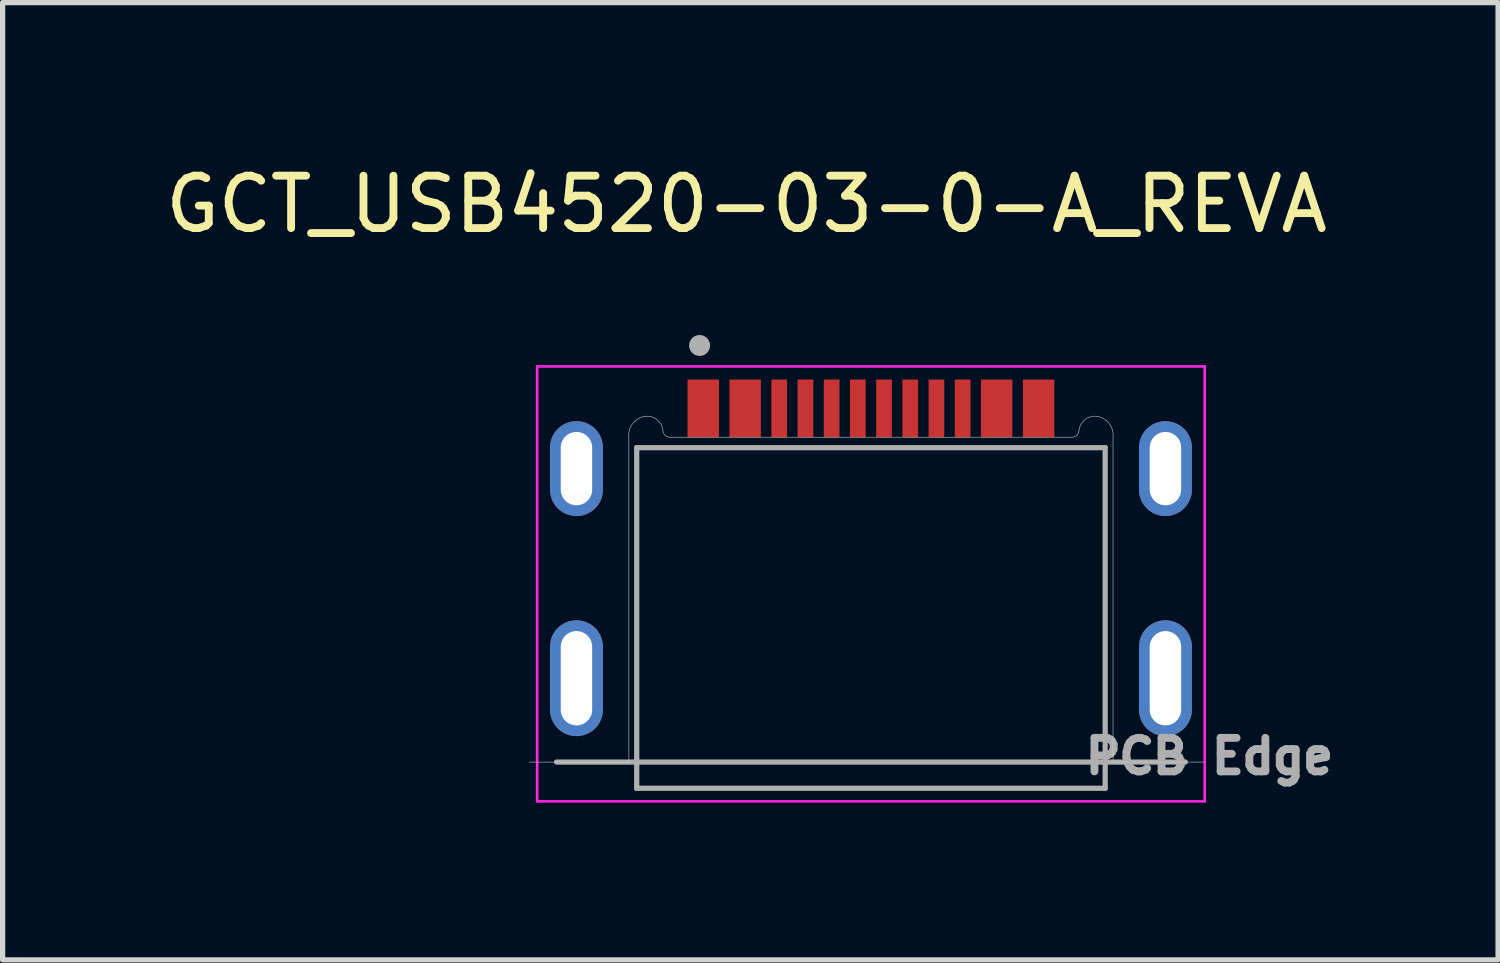
<source format=kicad_pcb>
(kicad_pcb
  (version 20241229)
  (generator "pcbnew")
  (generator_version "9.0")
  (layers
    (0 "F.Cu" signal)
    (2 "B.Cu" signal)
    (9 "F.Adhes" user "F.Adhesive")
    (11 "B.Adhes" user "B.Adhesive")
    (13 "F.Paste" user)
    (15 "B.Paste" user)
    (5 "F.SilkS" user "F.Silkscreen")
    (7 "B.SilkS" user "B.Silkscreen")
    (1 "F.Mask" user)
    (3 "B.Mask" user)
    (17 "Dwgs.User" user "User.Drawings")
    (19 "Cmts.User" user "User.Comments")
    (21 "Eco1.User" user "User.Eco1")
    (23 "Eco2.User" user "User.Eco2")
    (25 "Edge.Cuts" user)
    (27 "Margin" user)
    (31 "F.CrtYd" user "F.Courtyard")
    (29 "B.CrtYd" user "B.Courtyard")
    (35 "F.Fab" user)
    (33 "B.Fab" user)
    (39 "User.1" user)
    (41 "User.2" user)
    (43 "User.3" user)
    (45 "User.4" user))
  (footprint "GCT_USB4520-03-0-A_REVA"
    (layer "F.Cu")
    (at 13.571 9.893)
    (property "Reference" "GCT_USB4520-03-0-A_REVA" (at -2.375 -9.045 0) (layer "F.SilkS") (effects (font (size 1 1) (thickness 0.15))))
    (attr smd)
    (fp_poly (pts (xy -6.22 -3.6) (xy -6.22 -4.4) (xy -6.219 -4.431) (xy -6.217 -4.463) (xy -6.213 -4.494) (xy -6.207 -4.525) (xy -6.2 -4.555) (xy -6.191 -4.585) (xy -6.18 -4.615) (xy -6.168 -4.644) (xy -6.155 -4.672) (xy -6.14 -4.7) (xy -6.123 -4.727) (xy -6.105 -4.753) (xy -6.086 -4.778) (xy -6.066 -4.801) (xy -6.044 -4.824) (xy -6.021 -4.846) (xy -5.998 -4.866) (xy -5.973 -4.885) (xy -5.947 -4.903) (xy -5.92 -4.92) (xy -5.892 -4.935) (xy -5.864 -4.948) (xy -5.835 -4.96) (xy -5.805 -4.971) (xy -5.775 -4.98) (xy -5.745 -4.987) (xy -5.714 -4.993) (xy -5.683 -4.997) (xy -5.651 -4.999) (xy -5.62 -5) (xy -5.589 -4.999) (xy -5.557 -4.997) (xy -5.526 -4.993) (xy -5.495 -4.987) (xy -5.465 -4.98) (xy -5.435 -4.971) (xy -5.405 -4.96) (xy -5.376 -4.948) (xy -5.348 -4.935) (xy -5.32 -4.92) (xy -5.293 -4.903) (xy -5.267 -4.885) (xy -5.242 -4.866) (xy -5.219 -4.846) (xy -5.196 -4.824) (xy -5.174 -4.801) (xy -5.154 -4.778) (xy -5.135 -4.753) (xy -5.117 -4.727) (xy -5.1 -4.7) (xy -5.085 -4.672) (xy -5.072 -4.644) (xy -5.06 -4.615) (xy -5.049 -4.585) (xy -5.04 -4.555) (xy -5.033 -4.525) (xy -5.027 -4.494) (xy -5.023 -4.463) (xy -5.021 -4.431) (xy -5.02 -4.4) (xy -5.02 -3.6) (xy -5.021 -3.569) (xy -5.023 -3.537) (xy -5.027 -3.506) (xy -5.033 -3.475) (xy -5.04 -3.445) (xy -5.049 -3.415) (xy -5.06 -3.385) (xy -5.072 -3.356) (xy -5.085 -3.328) (xy -5.1 -3.3) (xy -5.117 -3.273) (xy -5.135 -3.247) (xy -5.154 -3.222) (xy -5.174 -3.199) (xy -5.196 -3.176) (xy -5.219 -3.154) (xy -5.242 -3.134) (xy -5.267 -3.115) (xy -5.293 -3.097) (xy -5.32 -3.08) (xy -5.348 -3.065) (xy -5.376 -3.052) (xy -5.405 -3.04) (xy -5.435 -3.029) (xy -5.465 -3.02) (xy -5.495 -3.013) (xy -5.526 -3.007) (xy -5.557 -3.003) (xy -5.589 -3.001) (xy -5.62 -3) (xy -5.651 -3.001) (xy -5.683 -3.003) (xy -5.714 -3.007) (xy -5.745 -3.013) (xy -5.775 -3.02) (xy -5.805 -3.029) (xy -5.835 -3.04) (xy -5.864 -3.052) (xy -5.892 -3.065) (xy -5.92 -3.08) (xy -5.947 -3.097) (xy -5.973 -3.115) (xy -5.998 -3.134) (xy -6.021 -3.154) (xy -6.044 -3.176) (xy -6.066 -3.199) (xy -6.086 -3.222) (xy -6.105 -3.247) (xy -6.123 -3.273) (xy -6.14 -3.3) (xy -6.155 -3.328) (xy -6.168 -3.356) (xy -6.18 -3.385) (xy -6.191 -3.415) (xy -6.2 -3.445) (xy -6.207 -3.475) (xy -6.213 -3.506) (xy -6.217 -3.537) (xy -6.219 -3.569) (xy -6.22 -3.6)) (stroke (width 0.01) (type solid)) (fill yes) (layer "F.Mask"))
    (fp_poly (pts (xy -6.22 0.6) (xy -6.22 -0.6) (xy -6.219 -0.631) (xy -6.217 -0.663) (xy -6.213 -0.694) (xy -6.207 -0.725) (xy -6.2 -0.755) (xy -6.191 -0.785) (xy -6.18 -0.815) (xy -6.168 -0.844) (xy -6.155 -0.872) (xy -6.14 -0.9) (xy -6.123 -0.927) (xy -6.105 -0.953) (xy -6.086 -0.978) (xy -6.066 -1.001) (xy -6.044 -1.024) (xy -6.021 -1.046) (xy -5.998 -1.066) (xy -5.973 -1.085) (xy -5.947 -1.103) (xy -5.92 -1.12) (xy -5.892 -1.135) (xy -5.864 -1.148) (xy -5.835 -1.16) (xy -5.805 -1.171) (xy -5.775 -1.18) (xy -5.745 -1.187) (xy -5.714 -1.193) (xy -5.683 -1.197) (xy -5.651 -1.199) (xy -5.62 -1.2) (xy -5.589 -1.199) (xy -5.557 -1.197) (xy -5.526 -1.193) (xy -5.495 -1.187) (xy -5.465 -1.18) (xy -5.435 -1.171) (xy -5.405 -1.16) (xy -5.376 -1.148) (xy -5.348 -1.135) (xy -5.32 -1.12) (xy -5.293 -1.103) (xy -5.267 -1.085) (xy -5.242 -1.066) (xy -5.219 -1.046) (xy -5.196 -1.024) (xy -5.174 -1.001) (xy -5.154 -0.978) (xy -5.135 -0.953) (xy -5.117 -0.927) (xy -5.1 -0.9) (xy -5.085 -0.872) (xy -5.072 -0.844) (xy -5.06 -0.815) (xy -5.049 -0.785) (xy -5.04 -0.755) (xy -5.033 -0.725) (xy -5.027 -0.694) (xy -5.023 -0.663) (xy -5.021 -0.631) (xy -5.02 -0.6) (xy -5.02 0.6) (xy -5.021 0.631) (xy -5.023 0.663) (xy -5.027 0.694) (xy -5.033 0.725) (xy -5.04 0.755) (xy -5.049 0.785) (xy -5.06 0.815) (xy -5.072 0.844) (xy -5.085 0.872) (xy -5.1 0.9) (xy -5.117 0.927) (xy -5.135 0.953) (xy -5.154 0.978) (xy -5.174 1.001) (xy -5.196 1.024) (xy -5.219 1.046) (xy -5.242 1.066) (xy -5.267 1.085) (xy -5.293 1.103) (xy -5.32 1.12) (xy -5.348 1.135) (xy -5.376 1.148) (xy -5.405 1.16) (xy -5.435 1.171) (xy -5.465 1.18) (xy -5.495 1.187) (xy -5.526 1.193) (xy -5.557 1.197) (xy -5.589 1.199) (xy -5.62 1.2) (xy -5.651 1.199) (xy -5.683 1.197) (xy -5.714 1.193) (xy -5.745 1.187) (xy -5.775 1.18) (xy -5.805 1.171) (xy -5.835 1.16) (xy -5.864 1.148) (xy -5.892 1.135) (xy -5.92 1.12) (xy -5.947 1.103) (xy -5.973 1.085) (xy -5.998 1.066) (xy -6.021 1.046) (xy -6.044 1.024) (xy -6.066 1.001) (xy -6.086 0.978) (xy -6.105 0.953) (xy -6.123 0.927) (xy -6.14 0.9) (xy -6.155 0.872) (xy -6.168 0.844) (xy -6.18 0.815) (xy -6.191 0.785) (xy -6.2 0.755) (xy -6.207 0.725) (xy -6.213 0.694) (xy -6.217 0.663) (xy -6.219 0.631) (xy -6.22 0.6)) (stroke (width 0.01) (type solid)) (fill yes) (layer "F.Mask"))
    (fp_poly (pts (xy 5.02 -3.6) (xy 5.02 -4.4) (xy 5.021 -4.431) (xy 5.023 -4.463) (xy 5.027 -4.494) (xy 5.033 -4.525) (xy 5.04 -4.555) (xy 5.049 -4.585) (xy 5.06 -4.615) (xy 5.072 -4.644) (xy 5.085 -4.672) (xy 5.1 -4.7) (xy 5.117 -4.727) (xy 5.135 -4.753) (xy 5.154 -4.778) (xy 5.174 -4.801) (xy 5.196 -4.824) (xy 5.219 -4.846) (xy 5.242 -4.866) (xy 5.267 -4.885) (xy 5.293 -4.903) (xy 5.32 -4.92) (xy 5.348 -4.935) (xy 5.376 -4.948) (xy 5.405 -4.96) (xy 5.435 -4.971) (xy 5.465 -4.98) (xy 5.495 -4.987) (xy 5.526 -4.993) (xy 5.557 -4.997) (xy 5.589 -4.999) (xy 5.62 -5) (xy 5.651 -4.999) (xy 5.683 -4.997) (xy 5.714 -4.993) (xy 5.745 -4.987) (xy 5.775 -4.98) (xy 5.805 -4.971) (xy 5.835 -4.96) (xy 5.864 -4.948) (xy 5.892 -4.935) (xy 5.92 -4.92) (xy 5.947 -4.903) (xy 5.973 -4.885) (xy 5.998 -4.866) (xy 6.021 -4.846) (xy 6.044 -4.824) (xy 6.066 -4.801) (xy 6.086 -4.778) (xy 6.105 -4.753) (xy 6.123 -4.727) (xy 6.14 -4.7) (xy 6.155 -4.672) (xy 6.168 -4.644) (xy 6.18 -4.615) (xy 6.191 -4.585) (xy 6.2 -4.555) (xy 6.207 -4.525) (xy 6.213 -4.494) (xy 6.217 -4.463) (xy 6.219 -4.431) (xy 6.22 -4.4) (xy 6.22 -3.6) (xy 6.219 -3.569) (xy 6.217 -3.537) (xy 6.213 -3.506) (xy 6.207 -3.475) (xy 6.2 -3.445) (xy 6.191 -3.415) (xy 6.18 -3.385) (xy 6.168 -3.356) (xy 6.155 -3.328) (xy 6.14 -3.3) (xy 6.123 -3.273) (xy 6.105 -3.247) (xy 6.086 -3.222) (xy 6.066 -3.199) (xy 6.044 -3.176) (xy 6.021 -3.154) (xy 5.998 -3.134) (xy 5.973 -3.115) (xy 5.947 -3.097) (xy 5.92 -3.08) (xy 5.892 -3.065) (xy 5.864 -3.052) (xy 5.835 -3.04) (xy 5.805 -3.029) (xy 5.775 -3.02) (xy 5.745 -3.013) (xy 5.714 -3.007) (xy 5.683 -3.003) (xy 5.651 -3.001) (xy 5.62 -3) (xy 5.589 -3.001) (xy 5.557 -3.003) (xy 5.526 -3.007) (xy 5.495 -3.013) (xy 5.465 -3.02) (xy 5.435 -3.029) (xy 5.405 -3.04) (xy 5.376 -3.052) (xy 5.348 -3.065) (xy 5.32 -3.08) (xy 5.293 -3.097) (xy 5.267 -3.115) (xy 5.242 -3.134) (xy 5.219 -3.154) (xy 5.196 -3.176) (xy 5.174 -3.199) (xy 5.154 -3.222) (xy 5.135 -3.247) (xy 5.117 -3.273) (xy 5.1 -3.3) (xy 5.085 -3.328) (xy 5.072 -3.356) (xy 5.06 -3.385) (xy 5.049 -3.415) (xy 5.04 -3.445) (xy 5.033 -3.475) (xy 5.027 -3.506) (xy 5.023 -3.537) (xy 5.021 -3.569) (xy 5.02 -3.6)) (stroke (width 0.01) (type solid)) (fill yes) (layer "F.Mask"))
    (fp_poly (pts (xy 5.02 0) (xy 5.02 -0.6) (xy 5.021 -0.631) (xy 5.023 -0.663) (xy 5.027 -0.694) (xy 5.033 -0.725) (xy 5.04 -0.755) (xy 5.049 -0.785) (xy 5.06 -0.815) (xy 5.072 -0.844) (xy 5.085 -0.872) (xy 5.1 -0.9) (xy 5.117 -0.927) (xy 5.135 -0.953) (xy 5.154 -0.978) (xy 5.174 -1.001) (xy 5.196 -1.024) (xy 5.219 -1.046) (xy 5.242 -1.066) (xy 5.267 -1.085) (xy 5.293 -1.103) (xy 5.32 -1.12) (xy 5.348 -1.135) (xy 5.376 -1.148) (xy 5.405 -1.16) (xy 5.435 -1.171) (xy 5.465 -1.18) (xy 5.495 -1.187) (xy 5.526 -1.193) (xy 5.557 -1.197) (xy 5.589 -1.199) (xy 5.62 -1.2) (xy 5.651 -1.199) (xy 5.683 -1.197) (xy 5.714 -1.193) (xy 5.745 -1.187) (xy 5.775 -1.18) (xy 5.805 -1.171) (xy 5.835 -1.16) (xy 5.864 -1.148) (xy 5.892 -1.135) (xy 5.92 -1.12) (xy 5.947 -1.103) (xy 5.973 -1.085) (xy 5.998 -1.066) (xy 6.021 -1.046) (xy 6.044 -1.024) (xy 6.066 -1.001) (xy 6.086 -0.978) (xy 6.105 -0.953) (xy 6.123 -0.927) (xy 6.14 -0.9) (xy 6.155 -0.872) (xy 6.168 -0.844) (xy 6.18 -0.815) (xy 6.191 -0.785) (xy 6.2 -0.755) (xy 6.207 -0.725) (xy 6.213 -0.694) (xy 6.217 -0.663) (xy 6.219 -0.631) (xy 6.22 -0.6) (xy 6.22 0) (xy 6.22 0.6) (xy 6.219 0.631) (xy 6.217 0.663) (xy 6.213 0.694) (xy 6.207 0.725) (xy 6.2 0.755) (xy 6.191 0.785) (xy 6.18 0.815) (xy 6.168 0.844) (xy 6.155 0.872) (xy 6.14 0.9) (xy 6.123 0.927) (xy 6.105 0.953) (xy 6.086 0.978) (xy 6.066 1.001) (xy 6.044 1.024) (xy 6.021 1.046) (xy 5.998 1.066) (xy 5.973 1.085) (xy 5.947 1.103) (xy 5.92 1.12) (xy 5.892 1.135) (xy 5.864 1.148) (xy 5.835 1.16) (xy 5.805 1.171) (xy 5.775 1.18) (xy 5.745 1.187) (xy 5.714 1.193) (xy 5.683 1.197) (xy 5.651 1.199) (xy 5.62 1.2) (xy 5.589 1.199) (xy 5.557 1.197) (xy 5.526 1.193) (xy 5.495 1.187) (xy 5.465 1.18) (xy 5.435 1.171) (xy 5.405 1.16) (xy 5.376 1.148) (xy 5.348 1.135) (xy 5.32 1.12) (xy 5.293 1.103) (xy 5.267 1.085) (xy 5.242 1.066) (xy 5.219 1.046) (xy 5.196 1.024) (xy 5.174 1.001) (xy 5.154 0.978) (xy 5.135 0.953) (xy 5.117 0.927) (xy 5.1 0.9) (xy 5.085 0.872) (xy 5.072 0.844) (xy 5.06 0.815) (xy 5.049 0.785) (xy 5.04 0.755) (xy 5.033 0.725) (xy 5.027 0.694) (xy 5.023 0.663) (xy 5.021 0.631) (xy 5.02 0.6) (xy 5.02 0)) (stroke (width 0.01) (type solid)) (fill yes) (layer "F.Mask"))
    (fp_poly (pts (xy -6.22 -3.6) (xy -6.22 -4.4) (xy -6.219 -4.431) (xy -6.217 -4.463) (xy -6.213 -4.494) (xy -6.207 -4.525) (xy -6.2 -4.555) (xy -6.191 -4.585) (xy -6.18 -4.615) (xy -6.168 -4.644) (xy -6.155 -4.672) (xy -6.14 -4.7) (xy -6.123 -4.727) (xy -6.105 -4.753) (xy -6.086 -4.778) (xy -6.066 -4.801) (xy -6.044 -4.824) (xy -6.021 -4.846) (xy -5.998 -4.866) (xy -5.973 -4.885) (xy -5.947 -4.903) (xy -5.92 -4.92) (xy -5.892 -4.935) (xy -5.864 -4.948) (xy -5.835 -4.96) (xy -5.805 -4.971) (xy -5.775 -4.98) (xy -5.745 -4.987) (xy -5.714 -4.993) (xy -5.683 -4.997) (xy -5.651 -4.999) (xy -5.62 -5) (xy -5.589 -4.999) (xy -5.557 -4.997) (xy -5.526 -4.993) (xy -5.495 -4.987) (xy -5.465 -4.98) (xy -5.435 -4.971) (xy -5.405 -4.96) (xy -5.376 -4.948) (xy -5.348 -4.935) (xy -5.32 -4.92) (xy -5.293 -4.903) (xy -5.267 -4.885) (xy -5.242 -4.866) (xy -5.219 -4.846) (xy -5.196 -4.824) (xy -5.174 -4.801) (xy -5.154 -4.778) (xy -5.135 -4.753) (xy -5.117 -4.727) (xy -5.1 -4.7) (xy -5.085 -4.672) (xy -5.072 -4.644) (xy -5.06 -4.615) (xy -5.049 -4.585) (xy -5.04 -4.555) (xy -5.033 -4.525) (xy -5.027 -4.494) (xy -5.023 -4.463) (xy -5.021 -4.431) (xy -5.02 -4.4) (xy -5.02 -3.6) (xy -5.021 -3.569) (xy -5.023 -3.537) (xy -5.027 -3.506) (xy -5.033 -3.475) (xy -5.04 -3.445) (xy -5.049 -3.415) (xy -5.06 -3.385) (xy -5.072 -3.356) (xy -5.085 -3.328) (xy -5.1 -3.3) (xy -5.117 -3.273) (xy -5.135 -3.247) (xy -5.154 -3.222) (xy -5.174 -3.199) (xy -5.196 -3.176) (xy -5.219 -3.154) (xy -5.242 -3.134) (xy -5.267 -3.115) (xy -5.293 -3.097) (xy -5.32 -3.08) (xy -5.348 -3.065) (xy -5.376 -3.052) (xy -5.405 -3.04) (xy -5.435 -3.029) (xy -5.465 -3.02) (xy -5.495 -3.013) (xy -5.526 -3.007) (xy -5.557 -3.003) (xy -5.589 -3.001) (xy -5.62 -3) (xy -5.651 -3.001) (xy -5.683 -3.003) (xy -5.714 -3.007) (xy -5.745 -3.013) (xy -5.775 -3.02) (xy -5.805 -3.029) (xy -5.835 -3.04) (xy -5.864 -3.052) (xy -5.892 -3.065) (xy -5.92 -3.08) (xy -5.947 -3.097) (xy -5.973 -3.115) (xy -5.998 -3.134) (xy -6.021 -3.154) (xy -6.044 -3.176) (xy -6.066 -3.199) (xy -6.086 -3.222) (xy -6.105 -3.247) (xy -6.123 -3.273) (xy -6.14 -3.3) (xy -6.155 -3.328) (xy -6.168 -3.356) (xy -6.18 -3.385) (xy -6.191 -3.415) (xy -6.2 -3.445) (xy -6.207 -3.475) (xy -6.213 -3.506) (xy -6.217 -3.537) (xy -6.219 -3.569) (xy -6.22 -3.6)) (stroke (width 0.01) (type solid)) (fill yes) (layer "B.Mask"))
    (fp_poly (pts (xy -6.22 0.6) (xy -6.22 -0.6) (xy -6.219 -0.631) (xy -6.217 -0.663) (xy -6.213 -0.694) (xy -6.207 -0.725) (xy -6.2 -0.755) (xy -6.191 -0.785) (xy -6.18 -0.815) (xy -6.168 -0.844) (xy -6.155 -0.872) (xy -6.14 -0.9) (xy -6.123 -0.927) (xy -6.105 -0.953) (xy -6.086 -0.978) (xy -6.066 -1.001) (xy -6.044 -1.024) (xy -6.021 -1.046) (xy -5.998 -1.066) (xy -5.973 -1.085) (xy -5.947 -1.103) (xy -5.92 -1.12) (xy -5.892 -1.135) (xy -5.864 -1.148) (xy -5.835 -1.16) (xy -5.805 -1.171) (xy -5.775 -1.18) (xy -5.745 -1.187) (xy -5.714 -1.193) (xy -5.683 -1.197) (xy -5.651 -1.199) (xy -5.62 -1.2) (xy -5.589 -1.199) (xy -5.557 -1.197) (xy -5.526 -1.193) (xy -5.495 -1.187) (xy -5.465 -1.18) (xy -5.435 -1.171) (xy -5.405 -1.16) (xy -5.376 -1.148) (xy -5.348 -1.135) (xy -5.32 -1.12) (xy -5.293 -1.103) (xy -5.267 -1.085) (xy -5.242 -1.066) (xy -5.219 -1.046) (xy -5.196 -1.024) (xy -5.174 -1.001) (xy -5.154 -0.978) (xy -5.135 -0.953) (xy -5.117 -0.927) (xy -5.1 -0.9) (xy -5.085 -0.872) (xy -5.072 -0.844) (xy -5.06 -0.815) (xy -5.049 -0.785) (xy -5.04 -0.755) (xy -5.033 -0.725) (xy -5.027 -0.694) (xy -5.023 -0.663) (xy -5.021 -0.631) (xy -5.02 -0.6) (xy -5.02 0.6) (xy -5.021 0.631) (xy -5.023 0.663) (xy -5.027 0.694) (xy -5.033 0.725) (xy -5.04 0.755) (xy -5.049 0.785) (xy -5.06 0.815) (xy -5.072 0.844) (xy -5.085 0.872) (xy -5.1 0.9) (xy -5.117 0.927) (xy -5.135 0.953) (xy -5.154 0.978) (xy -5.174 1.001) (xy -5.196 1.024) (xy -5.219 1.046) (xy -5.242 1.066) (xy -5.267 1.085) (xy -5.293 1.103) (xy -5.32 1.12) (xy -5.348 1.135) (xy -5.376 1.148) (xy -5.405 1.16) (xy -5.435 1.171) (xy -5.465 1.18) (xy -5.495 1.187) (xy -5.526 1.193) (xy -5.557 1.197) (xy -5.589 1.199) (xy -5.62 1.2) (xy -5.651 1.199) (xy -5.683 1.197) (xy -5.714 1.193) (xy -5.745 1.187) (xy -5.775 1.18) (xy -5.805 1.171) (xy -5.835 1.16) (xy -5.864 1.148) (xy -5.892 1.135) (xy -5.92 1.12) (xy -5.947 1.103) (xy -5.973 1.085) (xy -5.998 1.066) (xy -6.021 1.046) (xy -6.044 1.024) (xy -6.066 1.001) (xy -6.086 0.978) (xy -6.105 0.953) (xy -6.123 0.927) (xy -6.14 0.9) (xy -6.155 0.872) (xy -6.168 0.844) (xy -6.18 0.815) (xy -6.191 0.785) (xy -6.2 0.755) (xy -6.207 0.725) (xy -6.213 0.694) (xy -6.217 0.663) (xy -6.219 0.631) (xy -6.22 0.6)) (stroke (width 0.01) (type solid)) (fill yes) (layer "B.Mask"))
    (fp_poly (pts (xy 5.02 -3.6) (xy 5.02 -4.4) (xy 5.021 -4.431) (xy 5.023 -4.463) (xy 5.027 -4.494) (xy 5.033 -4.525) (xy 5.04 -4.555) (xy 5.049 -4.585) (xy 5.06 -4.615) (xy 5.072 -4.644) (xy 5.085 -4.672) (xy 5.1 -4.7) (xy 5.117 -4.727) (xy 5.135 -4.753) (xy 5.154 -4.778) (xy 5.174 -4.801) (xy 5.196 -4.824) (xy 5.219 -4.846) (xy 5.242 -4.866) (xy 5.267 -4.885) (xy 5.293 -4.903) (xy 5.32 -4.92) (xy 5.348 -4.935) (xy 5.376 -4.948) (xy 5.405 -4.96) (xy 5.435 -4.971) (xy 5.465 -4.98) (xy 5.495 -4.987) (xy 5.526 -4.993) (xy 5.557 -4.997) (xy 5.589 -4.999) (xy 5.62 -5) (xy 5.651 -4.999) (xy 5.683 -4.997) (xy 5.714 -4.993) (xy 5.745 -4.987) (xy 5.775 -4.98) (xy 5.805 -4.971) (xy 5.835 -4.96) (xy 5.864 -4.948) (xy 5.892 -4.935) (xy 5.92 -4.92) (xy 5.947 -4.903) (xy 5.973 -4.885) (xy 5.998 -4.866) (xy 6.021 -4.846) (xy 6.044 -4.824) (xy 6.066 -4.801) (xy 6.086 -4.778) (xy 6.105 -4.753) (xy 6.123 -4.727) (xy 6.14 -4.7) (xy 6.155 -4.672) (xy 6.168 -4.644) (xy 6.18 -4.615) (xy 6.191 -4.585) (xy 6.2 -4.555) (xy 6.207 -4.525) (xy 6.213 -4.494) (xy 6.217 -4.463) (xy 6.219 -4.431) (xy 6.22 -4.4) (xy 6.22 -3.6) (xy 6.219 -3.569) (xy 6.217 -3.537) (xy 6.213 -3.506) (xy 6.207 -3.475) (xy 6.2 -3.445) (xy 6.191 -3.415) (xy 6.18 -3.385) (xy 6.168 -3.356) (xy 6.155 -3.328) (xy 6.14 -3.3) (xy 6.123 -3.273) (xy 6.105 -3.247) (xy 6.086 -3.222) (xy 6.066 -3.199) (xy 6.044 -3.176) (xy 6.021 -3.154) (xy 5.998 -3.134) (xy 5.973 -3.115) (xy 5.947 -3.097) (xy 5.92 -3.08) (xy 5.892 -3.065) (xy 5.864 -3.052) (xy 5.835 -3.04) (xy 5.805 -3.029) (xy 5.775 -3.02) (xy 5.745 -3.013) (xy 5.714 -3.007) (xy 5.683 -3.003) (xy 5.651 -3.001) (xy 5.62 -3) (xy 5.589 -3.001) (xy 5.557 -3.003) (xy 5.526 -3.007) (xy 5.495 -3.013) (xy 5.465 -3.02) (xy 5.435 -3.029) (xy 5.405 -3.04) (xy 5.376 -3.052) (xy 5.348 -3.065) (xy 5.32 -3.08) (xy 5.293 -3.097) (xy 5.267 -3.115) (xy 5.242 -3.134) (xy 5.219 -3.154) (xy 5.196 -3.176) (xy 5.174 -3.199) (xy 5.154 -3.222) (xy 5.135 -3.247) (xy 5.117 -3.273) (xy 5.1 -3.3) (xy 5.085 -3.328) (xy 5.072 -3.356) (xy 5.06 -3.385) (xy 5.049 -3.415) (xy 5.04 -3.445) (xy 5.033 -3.475) (xy 5.027 -3.506) (xy 5.023 -3.537) (xy 5.021 -3.569) (xy 5.02 -3.6)) (stroke (width 0.01) (type solid)) (fill yes) (layer "B.Mask"))
    (fp_poly (pts (xy 5.02 0.6) (xy 5.02 -0.6) (xy 5.021 -0.631) (xy 5.023 -0.663) (xy 5.027 -0.694) (xy 5.033 -0.725) (xy 5.04 -0.755) (xy 5.049 -0.785) (xy 5.06 -0.815) (xy 5.072 -0.844) (xy 5.085 -0.872) (xy 5.1 -0.9) (xy 5.117 -0.927) (xy 5.135 -0.953) (xy 5.154 -0.978) (xy 5.174 -1.001) (xy 5.196 -1.024) (xy 5.219 -1.046) (xy 5.242 -1.066) (xy 5.267 -1.085) (xy 5.293 -1.103) (xy 5.32 -1.12) (xy 5.348 -1.135) (xy 5.376 -1.148) (xy 5.405 -1.16) (xy 5.435 -1.171) (xy 5.465 -1.18) (xy 5.495 -1.187) (xy 5.526 -1.193) (xy 5.557 -1.197) (xy 5.589 -1.199) (xy 5.62 -1.2) (xy 5.651 -1.199) (xy 5.683 -1.197) (xy 5.714 -1.193) (xy 5.745 -1.187) (xy 5.775 -1.18) (xy 5.805 -1.171) (xy 5.835 -1.16) (xy 5.864 -1.148) (xy 5.892 -1.135) (xy 5.92 -1.12) (xy 5.947 -1.103) (xy 5.973 -1.085) (xy 5.998 -1.066) (xy 6.021 -1.046) (xy 6.044 -1.024) (xy 6.066 -1.001) (xy 6.086 -0.978) (xy 6.105 -0.953) (xy 6.123 -0.927) (xy 6.14 -0.9) (xy 6.155 -0.872) (xy 6.168 -0.844) (xy 6.18 -0.815) (xy 6.191 -0.785) (xy 6.2 -0.755) (xy 6.207 -0.725) (xy 6.213 -0.694) (xy 6.217 -0.663) (xy 6.219 -0.631) (xy 6.22 -0.6) (xy 6.22 0.6) (xy 6.219 0.631) (xy 6.217 0.663) (xy 6.213 0.694) (xy 6.207 0.725) (xy 6.2 0.755) (xy 6.191 0.785) (xy 6.18 0.815) (xy 6.168 0.844) (xy 6.155 0.872) (xy 6.14 0.9) (xy 6.123 0.927) (xy 6.105 0.953) (xy 6.086 0.978) (xy 6.066 1.001) (xy 6.044 1.024) (xy 6.021 1.046) (xy 5.998 1.066) (xy 5.973 1.085) (xy 5.947 1.103) (xy 5.92 1.12) (xy 5.892 1.135) (xy 5.864 1.148) (xy 5.835 1.16) (xy 5.805 1.171) (xy 5.775 1.18) (xy 5.745 1.187) (xy 5.714 1.193) (xy 5.683 1.197) (xy 5.651 1.199) (xy 5.62 1.2) (xy 5.589 1.199) (xy 5.557 1.197) (xy 5.526 1.193) (xy 5.495 1.187) (xy 5.465 1.18) (xy 5.435 1.171) (xy 5.405 1.16) (xy 5.376 1.148) (xy 5.348 1.135) (xy 5.32 1.12) (xy 5.293 1.103) (xy 5.267 1.085) (xy 5.242 1.066) (xy 5.219 1.046) (xy 5.196 1.024) (xy 5.174 1.001) (xy 5.154 0.978) (xy 5.135 0.953) (xy 5.117 0.927) (xy 5.1 0.9) (xy 5.085 0.872) (xy 5.072 0.844) (xy 5.06 0.815) (xy 5.049 0.785) (xy 5.04 0.755) (xy 5.033 0.725) (xy 5.027 0.694) (xy 5.023 0.663) (xy 5.021 0.631) (xy 5.02 0.6)) (stroke (width 0.01) (type solid)) (fill yes) (layer "B.Mask"))
    (fp_line (start -6.52 1.6) (end -4.62 1.6) (stroke (width 0.01) (type solid)) (layer "Edge.Cuts"))
    (fp_line (start -4.62 1.6) (end -4.62 -4.6) (stroke (width 0.01) (type solid)) (layer "Edge.Cuts"))
    (fp_line (start -3.82 -4.6) (end 3.82 -4.6) (stroke (width 0.01) (type solid)) (layer "Edge.Cuts"))
    (fp_line (start 4.62 -4.6) (end 4.62 1.6) (stroke (width 0.01) (type solid)) (layer "Edge.Cuts"))
    (fp_line (start 4.62 1.6) (end 6.36 1.6) (stroke (width 0.01) (type solid)) (layer "Edge.Cuts"))
    (fp_arc (start -4.62 -4.6) (mid -4.540343 -4.86731) (end -4.295 -5) (stroke (width 0.01) (type solid)) (layer "Edge.Cuts"))
    (fp_arc (start -4.295 -5) (mid -4.07451 -4.92731) (end -3.97 -4.72) (stroke (width 0.01) (type solid)) (layer "Edge.Cuts"))
    (fp_arc (start -3.82 -4.6) (mid -3.919853 -4.628934) (end -3.97 -4.72) (stroke (width 0.01) (type solid)) (layer "Edge.Cuts"))
    (fp_arc (start 3.97 -4.72) (mid 3.919853 -4.628934) (end 3.82 -4.6) (stroke (width 0.01) (type solid)) (layer "Edge.Cuts"))
    (fp_arc (start 3.97 -4.72) (mid 4.07451 -4.92731) (end 4.295 -5) (stroke (width 0.01) (type solid)) (layer "Edge.Cuts"))
    (fp_arc (start 4.295 -5) (mid 4.540343 -4.86731) (end 4.62 -4.6) (stroke (width 0.01) (type solid)) (layer "Edge.Cuts"))
    (fp_line (start -6.37 -5.95) (end 6.37 -5.95) (stroke (width 0.05) (type solid)) (layer "F.CrtYd"))
    (fp_line (start -6.37 2.35) (end -6.37 -5.95) (stroke (width 0.05) (type solid)) (layer "F.CrtYd"))
    (fp_line (start -6.37 2.35) (end 6.37 2.35) (stroke (width 0.05) (type solid)) (layer "F.CrtYd"))
    (fp_line (start 6.37 2.35) (end 6.37 -5.95) (stroke (width 0.05) (type solid)) (layer "F.CrtYd"))
    (fp_line (start -6 1.6) (end 6 1.6) (stroke (width 0.1) (type solid)) (layer "F.Fab"))
    (fp_line (start -4.47 -4.4) (end 4.47 -4.4) (stroke (width 0.1) (type solid)) (layer "F.Fab"))
    (fp_line (start -4.47 2.1) (end -4.47 -4.4) (stroke (width 0.1) (type solid)) (layer "F.Fab"))
    (fp_line (start -4.47 2.1) (end 4.47 2.1) (stroke (width 0.1) (type solid)) (layer "F.Fab"))
    (fp_line (start 4.47 2.1) (end 4.47 -4.4) (stroke (width 0.1) (type solid)) (layer "F.Fab"))
    (fp_circle (center -3.27 -6.35) (end -3.17 -6.35) (stroke (width 0.2) (type solid)) (fill no) (layer "F.Fab"))
    (fp_text user "PCB Edge" (at 6.46 1.49 0) (layer "F.Fab") (effects (font (size 0.64 0.64) (thickness 0.15))))
    (pad "A1_B12" smd rect (at -3.2 -5.15) (size 0.6 1.1) (layers "F.Cu" "F.Mask" "F.Paste"))
    (pad "A4_B9" smd rect (at -2.4 -5.15) (size 0.6 1.1) (layers "F.Cu" "F.Mask" "F.Paste"))
    (pad "A5" smd rect (at -1.25 -5.15) (size 0.3 1.1) (layers "F.Cu" "F.Mask" "F.Paste"))
    (pad "A6" smd rect (at -0.25 -5.15) (size 0.3 1.1) (layers "F.Cu" "F.Mask" "F.Paste"))
    (pad "A7" smd rect (at 0.25 -5.15) (size 0.3 1.1) (layers "F.Cu" "F.Mask" "F.Paste"))
    (pad "A8" smd rect (at 1.25 -5.15) (size 0.3 1.1) (layers "F.Cu" "F.Mask" "F.Paste"))
    (pad "B1_A12" smd rect (at 3.2 -5.15) (size 0.6 1.1) (layers "F.Cu" "F.Mask" "F.Paste"))
    (pad "B4_A9" smd rect (at 2.4 -5.15) (size 0.6 1.1) (layers "F.Cu" "F.Mask" "F.Paste"))
    (pad "B5" smd rect (at 1.75 -5.15) (size 0.3 1.1) (layers "F.Cu" "F.Mask" "F.Paste"))
    (pad "B6" smd rect (at 0.75 -5.15) (size 0.3 1.1) (layers "F.Cu" "F.Mask" "F.Paste"))
    (pad "B7" smd rect (at -0.75 -5.15) (size 0.3 1.1) (layers "F.Cu" "F.Mask" "F.Paste"))
    (pad "B8" smd rect (at -1.75 -5.15) (size 0.3 1.1) (layers "F.Cu" "F.Mask" "F.Paste"))
    (pad "S1" thru_hole custom (at -5.62 0) (size 0.95 1.9) (drill oval 0.6 1.8) (layers "*.Cu") (options (anchor circle)) (primitives (gr_poly (pts (xy -0.5 0.6) (xy -0.5 -0.6) (xy -0.499 -0.626) (xy -0.497 -0.652) (xy -0.494 -0.678) (xy -0.489 -0.704) (xy -0.483 -0.729) (xy -0.476 -0.755) (xy -0.467 -0.779) (xy -0.457 -0.803) (xy -0.446 -0.827) (xy -0.433 -0.85) (xy -0.419 -0.872) (xy -0.405 -0.894) (xy -0.389 -0.915) (xy -0.372 -0.935) (xy -0.354 -0.954) (xy -0.335 -0.972) (xy -0.315 -0.989) (xy -0.294 -1.005) (xy -0.272 -1.019) (xy -0.25 -1.033) (xy -0.227 -1.046) (xy -0.203 -1.057) (xy -0.179 -1.067) (xy -0.155 -1.076) (xy -0.129 -1.083) (xy -0.104 -1.089) (xy -0.078 -1.094) (xy -0.052 -1.097) (xy -0.026 -1.099) (xy 0 -1.1) (xy 0.026 -1.099) (xy 0.052 -1.097) (xy 0.078 -1.094) (xy 0.104 -1.089) (xy 0.129 -1.083) (xy 0.155 -1.076) (xy 0.179 -1.067) (xy 0.203 -1.057) (xy 0.227 -1.046) (xy 0.25 -1.033) (xy 0.272 -1.019) (xy 0.294 -1.005) (xy 0.315 -0.989) (xy 0.335 -0.972) (xy 0.354 -0.954) (xy 0.372 -0.935) (xy 0.389 -0.915) (xy 0.405 -0.894) (xy 0.419 -0.872) (xy 0.433 -0.85) (xy 0.446 -0.827) (xy 0.457 -0.803) (xy 0.467 -0.779) (xy 0.476 -0.755) (xy 0.483 -0.729) (xy 0.489 -0.704) (xy 0.494 -0.678) (xy 0.497 -0.652) (xy 0.499 -0.626) (xy 0.5 -0.6) (xy 0.5 0.6) (xy 0.499 0.626) (xy 0.497 0.652) (xy 0.494 0.678) (xy 0.489 0.704) (xy 0.483 0.729) (xy 0.476 0.755) (xy 0.467 0.779) (xy 0.457 0.803) (xy 0.446 0.827) (xy 0.433 0.85) (xy 0.419 0.872) (xy 0.405 0.894) (xy 0.389 0.915) (xy 0.372 0.935) (xy 0.354 0.954) (xy 0.335 0.972) (xy 0.315 0.989) (xy 0.294 1.005) (xy 0.272 1.019) (xy 0.25 1.033) (xy 0.227 1.046) (xy 0.203 1.057) (xy 0.179 1.067) (xy 0.155 1.076) (xy 0.129 1.083) (xy 0.104 1.089) (xy 0.078 1.094) (xy 0.052 1.097) (xy 0.026 1.099) (xy 0 1.1) (xy -0.026 1.099) (xy -0.052 1.097) (xy -0.078 1.094) (xy -0.104 1.089) (xy -0.129 1.083) (xy -0.155 1.076) (xy -0.179 1.067) (xy -0.203 1.057) (xy -0.227 1.046) (xy -0.25 1.033) (xy -0.272 1.019) (xy -0.294 1.005) (xy -0.315 0.989) (xy -0.335 0.972) (xy -0.354 0.954) (xy -0.372 0.935) (xy -0.389 0.915) (xy -0.405 0.894) (xy -0.419 0.872) (xy -0.433 0.85) (xy -0.446 0.827) (xy -0.457 0.803) (xy -0.467 0.779) (xy -0.476 0.755) (xy -0.483 0.729) (xy -0.489 0.704) (xy -0.494 0.678) (xy -0.497 0.652) (xy -0.499 0.626) (xy -0.5 0.6)) (width 0.01) (fill yes))))
    (pad "S2" thru_hole custom (at 5.62 -4) (size 0.8 1.6) (drill oval 0.6 1.4) (layers "*.Cu") (options (anchor circle)) (primitives (gr_poly (pts (xy -0.5 0.4) (xy -0.5 -0.4) (xy -0.499 -0.426) (xy -0.497 -0.452) (xy -0.494 -0.478) (xy -0.489 -0.504) (xy -0.483 -0.529) (xy -0.476 -0.555) (xy -0.467 -0.579) (xy -0.457 -0.603) (xy -0.446 -0.627) (xy -0.433 -0.65) (xy -0.419 -0.672) (xy -0.405 -0.694) (xy -0.389 -0.715) (xy -0.372 -0.735) (xy -0.354 -0.754) (xy -0.335 -0.772) (xy -0.315 -0.789) (xy -0.294 -0.805) (xy -0.272 -0.819) (xy -0.25 -0.833) (xy -0.227 -0.846) (xy -0.203 -0.857) (xy -0.179 -0.867) (xy -0.155 -0.876) (xy -0.129 -0.883) (xy -0.104 -0.889) (xy -0.078 -0.894) (xy -0.052 -0.897) (xy -0.026 -0.899) (xy 0 -0.9) (xy 0.026 -0.899) (xy 0.052 -0.897) (xy 0.078 -0.894) (xy 0.104 -0.889) (xy 0.129 -0.883) (xy 0.155 -0.876) (xy 0.179 -0.867) (xy 0.203 -0.857) (xy 0.227 -0.846) (xy 0.25 -0.833) (xy 0.272 -0.819) (xy 0.294 -0.805) (xy 0.315 -0.789) (xy 0.335 -0.772) (xy 0.354 -0.754) (xy 0.372 -0.735) (xy 0.389 -0.715) (xy 0.405 -0.694) (xy 0.419 -0.672) (xy 0.433 -0.65) (xy 0.446 -0.627) (xy 0.457 -0.603) (xy 0.467 -0.579) (xy 0.476 -0.555) (xy 0.483 -0.529) (xy 0.489 -0.504) (xy 0.494 -0.478) (xy 0.497 -0.452) (xy 0.499 -0.426) (xy 0.5 -0.4) (xy 0.5 0.4) (xy 0.499 0.426) (xy 0.497 0.452) (xy 0.494 0.478) (xy 0.489 0.504) (xy 0.483 0.529) (xy 0.476 0.555) (xy 0.467 0.579) (xy 0.457 0.603) (xy 0.446 0.627) (xy 0.433 0.65) (xy 0.419 0.672) (xy 0.405 0.694) (xy 0.389 0.715) (xy 0.372 0.735) (xy 0.354 0.754) (xy 0.335 0.772) (xy 0.315 0.789) (xy 0.294 0.805) (xy 0.272 0.819) (xy 0.25 0.833) (xy 0.227 0.846) (xy 0.203 0.857) (xy 0.179 0.867) (xy 0.155 0.876) (xy 0.129 0.883) (xy 0.104 0.889) (xy 0.078 0.894) (xy 0.052 0.897) (xy 0.026 0.899) (xy 0 0.9) (xy -0.026 0.899) (xy -0.052 0.897) (xy -0.078 0.894) (xy -0.104 0.889) (xy -0.129 0.883) (xy -0.155 0.876) (xy -0.179 0.867) (xy -0.203 0.857) (xy -0.227 0.846) (xy -0.25 0.833) (xy -0.272 0.819) (xy -0.294 0.805) (xy -0.315 0.789) (xy -0.335 0.772) (xy -0.354 0.754) (xy -0.372 0.735) (xy -0.389 0.715) (xy -0.405 0.694) (xy -0.419 0.672) (xy -0.433 0.65) (xy -0.446 0.627) (xy -0.457 0.603) (xy -0.467 0.579) (xy -0.476 0.555) (xy -0.483 0.529) (xy -0.489 0.504) (xy -0.494 0.478) (xy -0.497 0.452) (xy -0.499 0.426) (xy -0.5 0.4)) (width 0.01) (fill yes))))
    (pad "S3" thru_hole custom (at -5.62 -4) (size 0.8 1.6) (drill oval 0.6 1.4) (layers "*.Cu") (options (anchor circle)) (primitives (gr_poly (pts (xy -0.5 0.4) (xy -0.5 -0.4) (xy -0.499 -0.426) (xy -0.497 -0.452) (xy -0.494 -0.478) (xy -0.489 -0.504) (xy -0.483 -0.529) (xy -0.476 -0.555) (xy -0.467 -0.579) (xy -0.457 -0.603) (xy -0.446 -0.627) (xy -0.433 -0.65) (xy -0.419 -0.672) (xy -0.405 -0.694) (xy -0.389 -0.715) (xy -0.372 -0.735) (xy -0.354 -0.754) (xy -0.335 -0.772) (xy -0.315 -0.789) (xy -0.294 -0.805) (xy -0.272 -0.819) (xy -0.25 -0.833) (xy -0.227 -0.846) (xy -0.203 -0.857) (xy -0.179 -0.867) (xy -0.155 -0.876) (xy -0.129 -0.883) (xy -0.104 -0.889) (xy -0.078 -0.894) (xy -0.052 -0.897) (xy -0.026 -0.899) (xy 0 -0.9) (xy 0.026 -0.899) (xy 0.052 -0.897) (xy 0.078 -0.894) (xy 0.104 -0.889) (xy 0.129 -0.883) (xy 0.155 -0.876) (xy 0.179 -0.867) (xy 0.203 -0.857) (xy 0.227 -0.846) (xy 0.25 -0.833) (xy 0.272 -0.819) (xy 0.294 -0.805) (xy 0.315 -0.789) (xy 0.335 -0.772) (xy 0.354 -0.754) (xy 0.372 -0.735) (xy 0.389 -0.715) (xy 0.405 -0.694) (xy 0.419 -0.672) (xy 0.433 -0.65) (xy 0.446 -0.627) (xy 0.457 -0.603) (xy 0.467 -0.579) (xy 0.476 -0.555) (xy 0.483 -0.529) (xy 0.489 -0.504) (xy 0.494 -0.478) (xy 0.497 -0.452) (xy 0.499 -0.426) (xy 0.5 -0.4) (xy 0.5 0.4) (xy 0.499 0.426) (xy 0.497 0.452) (xy 0.494 0.478) (xy 0.489 0.504) (xy 0.483 0.529) (xy 0.476 0.555) (xy 0.467 0.579) (xy 0.457 0.603) (xy 0.446 0.627) (xy 0.433 0.65) (xy 0.419 0.672) (xy 0.405 0.694) (xy 0.389 0.715) (xy 0.372 0.735) (xy 0.354 0.754) (xy 0.335 0.772) (xy 0.315 0.789) (xy 0.294 0.805) (xy 0.272 0.819) (xy 0.25 0.833) (xy 0.227 0.846) (xy 0.203 0.857) (xy 0.179 0.867) (xy 0.155 0.876) (xy 0.129 0.883) (xy 0.104 0.889) (xy 0.078 0.894) (xy 0.052 0.897) (xy 0.026 0.899) (xy 0 0.9) (xy -0.026 0.899) (xy -0.052 0.897) (xy -0.078 0.894) (xy -0.104 0.889) (xy -0.129 0.883) (xy -0.155 0.876) (xy -0.179 0.867) (xy -0.203 0.857) (xy -0.227 0.846) (xy -0.25 0.833) (xy -0.272 0.819) (xy -0.294 0.805) (xy -0.315 0.789) (xy -0.335 0.772) (xy -0.354 0.754) (xy -0.372 0.735) (xy -0.389 0.715) (xy -0.405 0.694) (xy -0.419 0.672) (xy -0.433 0.65) (xy -0.446 0.627) (xy -0.457 0.603) (xy -0.467 0.579) (xy -0.476 0.555) (xy -0.483 0.529) (xy -0.489 0.504) (xy -0.494 0.478) (xy -0.497 0.452) (xy -0.499 0.426) (xy -0.5 0.4)) (width 0.01) (fill yes))))
    (pad "S4" thru_hole custom (at 5.62 0) (size 0.95 1.9) (drill oval 0.6 1.8) (layers "*.Cu") (options (anchor circle)) (primitives (gr_poly (pts (xy -0.5 0.6) (xy -0.5 -0.6) (xy -0.499 -0.626) (xy -0.497 -0.652) (xy -0.494 -0.678) (xy -0.489 -0.704) (xy -0.483 -0.729) (xy -0.476 -0.755) (xy -0.467 -0.779) (xy -0.457 -0.803) (xy -0.446 -0.827) (xy -0.433 -0.85) (xy -0.419 -0.872) (xy -0.405 -0.894) (xy -0.389 -0.915) (xy -0.372 -0.935) (xy -0.354 -0.954) (xy -0.335 -0.972) (xy -0.315 -0.989) (xy -0.294 -1.005) (xy -0.272 -1.019) (xy -0.25 -1.033) (xy -0.227 -1.046) (xy -0.203 -1.057) (xy -0.179 -1.067) (xy -0.155 -1.076) (xy -0.129 -1.083) (xy -0.104 -1.089) (xy -0.078 -1.094) (xy -0.052 -1.097) (xy -0.026 -1.099) (xy 0 -1.1) (xy 0.026 -1.099) (xy 0.052 -1.097) (xy 0.078 -1.094) (xy 0.104 -1.089) (xy 0.129 -1.083) (xy 0.155 -1.076) (xy 0.179 -1.067) (xy 0.203 -1.057) (xy 0.227 -1.046) (xy 0.25 -1.033) (xy 0.272 -1.019) (xy 0.294 -1.005) (xy 0.315 -0.989) (xy 0.335 -0.972) (xy 0.354 -0.954) (xy 0.372 -0.935) (xy 0.389 -0.915) (xy 0.405 -0.894) (xy 0.419 -0.872) (xy 0.433 -0.85) (xy 0.446 -0.827) (xy 0.457 -0.803) (xy 0.467 -0.779) (xy 0.476 -0.755) (xy 0.483 -0.729) (xy 0.489 -0.704) (xy 0.494 -0.678) (xy 0.497 -0.652) (xy 0.499 -0.626) (xy 0.5 -0.6) (xy 0.5 0.6) (xy 0.499 0.626) (xy 0.497 0.652) (xy 0.494 0.678) (xy 0.489 0.704) (xy 0.483 0.729) (xy 0.476 0.755) (xy 0.467 0.779) (xy 0.457 0.803) (xy 0.446 0.827) (xy 0.433 0.85) (xy 0.419 0.872) (xy 0.405 0.894) (xy 0.389 0.915) (xy 0.372 0.935) (xy 0.354 0.954) (xy 0.335 0.972) (xy 0.315 0.989) (xy 0.294 1.005) (xy 0.272 1.019) (xy 0.25 1.033) (xy 0.227 1.046) (xy 0.203 1.057) (xy 0.179 1.067) (xy 0.155 1.076) (xy 0.129 1.083) (xy 0.104 1.089) (xy 0.078 1.094) (xy 0.052 1.097) (xy 0.026 1.099) (xy 0 1.1) (xy -0.026 1.099) (xy -0.052 1.097) (xy -0.078 1.094) (xy -0.104 1.089) (xy -0.129 1.083) (xy -0.155 1.076) (xy -0.179 1.067) (xy -0.203 1.057) (xy -0.227 1.046) (xy -0.25 1.033) (xy -0.272 1.019) (xy -0.294 1.005) (xy -0.315 0.989) (xy -0.335 0.972) (xy -0.354 0.954) (xy -0.372 0.935) (xy -0.389 0.915) (xy -0.405 0.894) (xy -0.419 0.872) (xy -0.433 0.85) (xy -0.446 0.827) (xy -0.457 0.803) (xy -0.467 0.779) (xy -0.476 0.755) (xy -0.483 0.729) (xy -0.489 0.704) (xy -0.494 0.678) (xy -0.497 0.652) (xy -0.499 0.626) (xy -0.5 0.6)) (width 0.01) (fill yes)))))
  (gr_rect
    (start -3 -3)
    (end 25.539 15.268)
    (stroke (width 0.1) (type default))
    (fill no)
    (layer "Edge.Cuts")))
</source>
